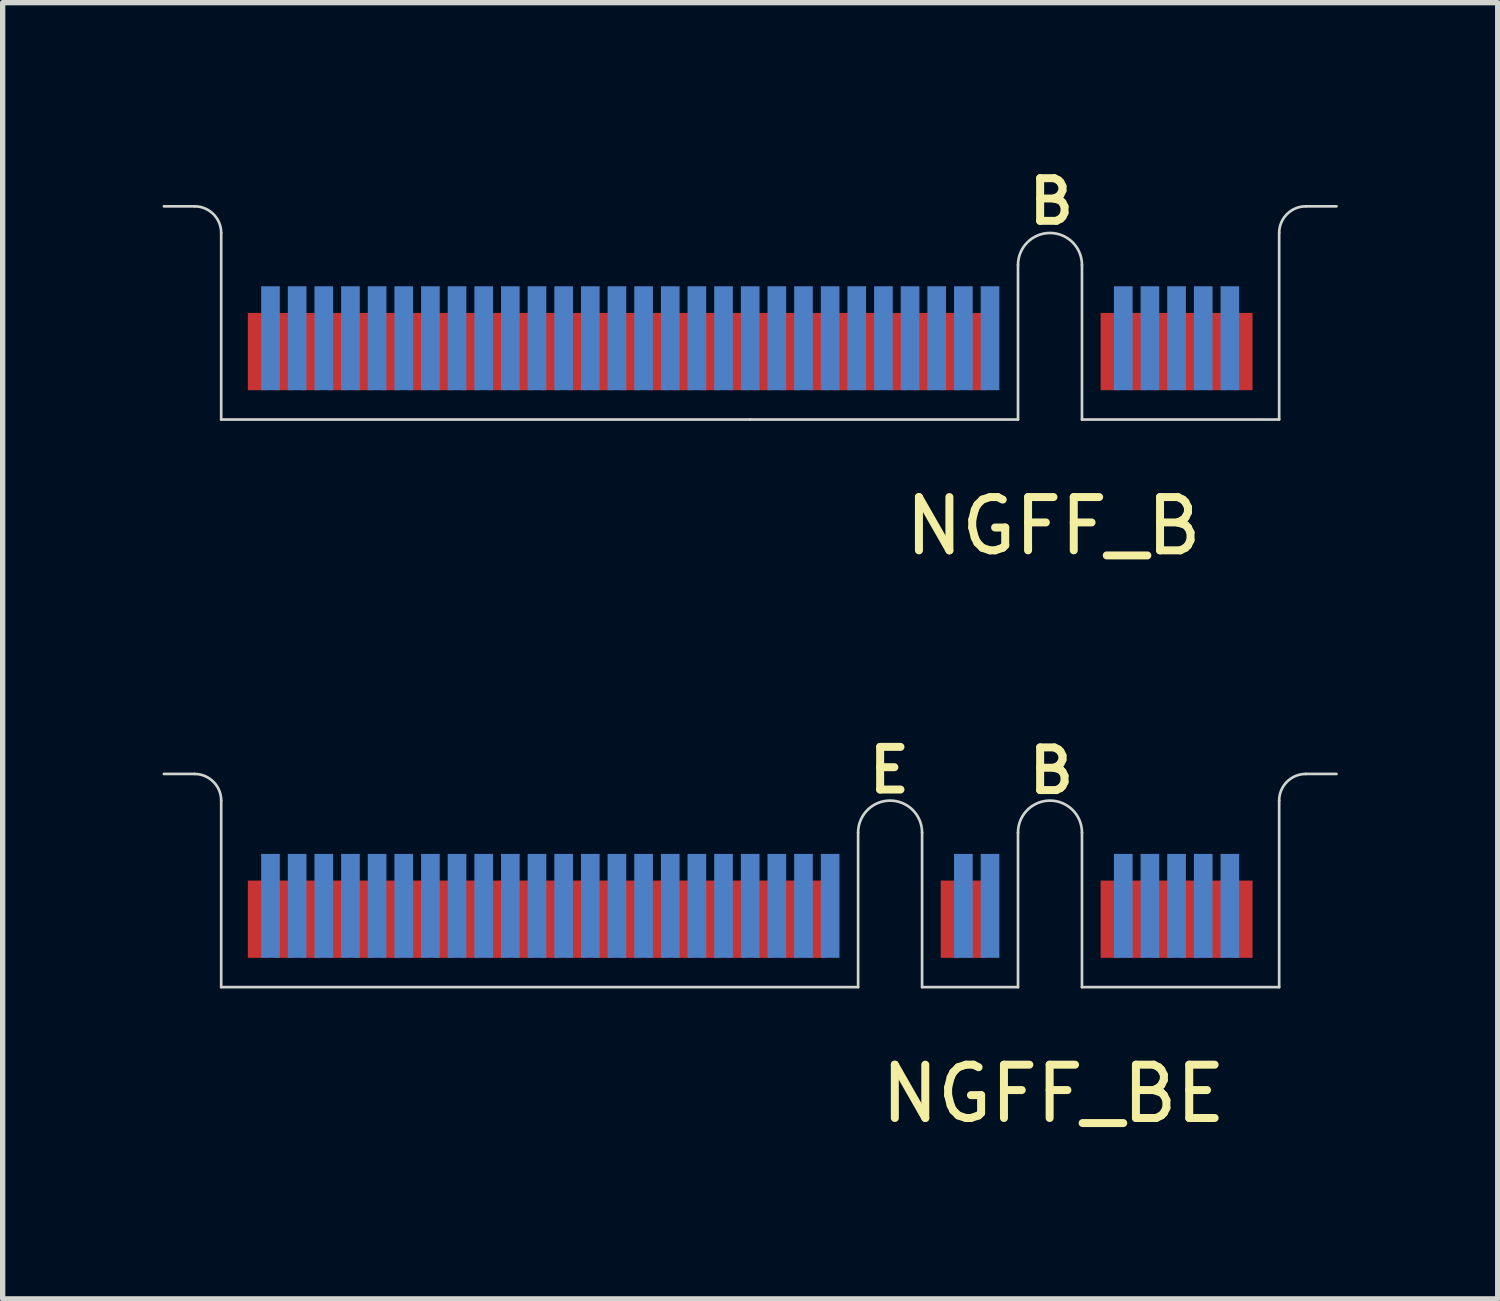
<source format=kicad_pcb>
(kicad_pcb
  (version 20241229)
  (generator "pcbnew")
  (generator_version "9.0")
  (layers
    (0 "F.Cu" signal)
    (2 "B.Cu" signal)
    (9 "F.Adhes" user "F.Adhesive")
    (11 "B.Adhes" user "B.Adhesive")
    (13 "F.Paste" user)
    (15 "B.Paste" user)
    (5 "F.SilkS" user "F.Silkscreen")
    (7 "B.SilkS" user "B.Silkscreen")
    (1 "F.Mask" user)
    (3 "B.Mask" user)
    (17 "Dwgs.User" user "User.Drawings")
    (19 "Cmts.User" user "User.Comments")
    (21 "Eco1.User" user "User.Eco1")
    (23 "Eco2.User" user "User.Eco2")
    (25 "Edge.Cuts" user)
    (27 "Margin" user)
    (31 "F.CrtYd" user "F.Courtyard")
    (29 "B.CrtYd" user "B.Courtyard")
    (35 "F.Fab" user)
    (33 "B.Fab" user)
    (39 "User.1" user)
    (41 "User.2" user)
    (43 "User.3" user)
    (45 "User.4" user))
  (footprint "NGFF_B"
    (layer "F.Cu")
    (at 11.025 4.821)
    (property "Reference" "NGFF_B" (at 5.69 2 0) (layer "F.SilkS") (effects (font (size 1 1) (thickness 0.15))))
    (attr through_hole)
    (fp_poly (pts (xy -9.925 0) (xy 5.025 0) (xy 5.025 -2) (xy -9.925 -2)) (stroke (width 0.1) (type solid)) (fill yes) (layer "F.Mask"))
    (fp_poly (pts (xy 6.225 0) (xy 9.925 0) (xy 9.925 -2) (xy 6.225 -2)) (stroke (width 0.1) (type solid)) (fill yes) (layer "F.Mask"))
    (fp_poly (pts (xy -9.925 0) (xy 5.025 0) (xy 5.025 -2.5) (xy -9.925 -2.5)) (stroke (width 0.1) (type solid)) (fill yes) (layer "B.Mask"))
    (fp_poly (pts (xy 6.225 0) (xy 9.925 0) (xy 9.925 -2.5) (xy 6.225 -2.5)) (stroke (width 0.1) (type solid)) (fill yes) (layer "B.Mask"))
    (fp_line (start -11 -4) (end -10.425 -4) (stroke (width 0.05) (type solid)) (layer "Edge.Cuts"))
    (fp_line (start -9.925 -3.5) (end -9.925 0) (stroke (width 0.05) (type solid)) (layer "Edge.Cuts"))
    (fp_line (start -9.925 0) (end 0 0) (stroke (width 0.05) (type solid)) (layer "Edge.Cuts"))
    (fp_line (start 0 0) (end 5.025 0) (stroke (width 0.05) (type solid)) (layer "Edge.Cuts"))
    (fp_line (start 5.025 0) (end 5.025 -2.9) (stroke (width 0.05) (type solid)) (layer "Edge.Cuts"))
    (fp_line (start 6.225 -2.9) (end 6.225 0) (stroke (width 0.05) (type solid)) (layer "Edge.Cuts"))
    (fp_line (start 6.225 0) (end 9.925 0) (stroke (width 0.05) (type solid)) (layer "Edge.Cuts"))
    (fp_line (start 9.925 0) (end 9.925 -3.5) (stroke (width 0.05) (type solid)) (layer "Edge.Cuts"))
    (fp_line (start 10.425 -4) (end 11 -4) (stroke (width 0.05) (type solid)) (layer "Edge.Cuts"))
    (fp_arc (start -10.425 -4) (mid -10.071447 -3.853553) (end -9.925 -3.5) (stroke (width 0.05) (type solid)) (layer "Edge.Cuts"))
    (fp_arc (start 5.025 -2.9) (mid 5.625 -3.5) (end 6.225 -2.9) (stroke (width 0.05) (type solid)) (layer "Edge.Cuts"))
    (fp_arc (start 9.925 -3.5) (mid 10.071447 -3.853553) (end 10.425 -4) (stroke (width 0.05) (type solid)) (layer "Edge.Cuts"))
    (fp_text user "B" (at 5.65 -4.09 0) (layer "F.SilkS") (effects (font (size 0.8 0.8) (thickness 0.15))))
    (pad "1" smd rect (at 9.25 -1.275) (size 0.35 1.45) (layers "F.Cu"))
    (pad "2" smd rect (at 9 -1.525) (size 0.35 1.95) (layers "B.Cu"))
    (pad "3" smd rect (at 8.75 -1.275) (size 0.35 1.45) (layers "F.Cu"))
    (pad "4" smd rect (at 8.5 -1.525) (size 0.35 1.95) (layers "B.Cu"))
    (pad "5" smd rect (at 8.25 -1.275) (size 0.35 1.45) (layers "F.Cu"))
    (pad "6" smd rect (at 8 -1.525) (size 0.35 1.95) (layers "B.Cu"))
    (pad "7" smd rect (at 7.75 -1.275) (size 0.35 1.45) (layers "F.Cu"))
    (pad "8" smd rect (at 7.5 -1.525) (size 0.35 1.95) (layers "B.Cu"))
    (pad "9" smd rect (at 7.25 -1.275) (size 0.35 1.45) (layers "F.Cu"))
    (pad "10" smd rect (at 7 -1.525) (size 0.35 1.95) (layers "B.Cu"))
    (pad "11" smd rect (at 6.75 -1.275) (size 0.35 1.45) (layers "F.Cu"))
    (pad "20" smd rect (at 4.5 -1.525) (size 0.35 1.95) (layers "B.Cu"))
    (pad "21" smd rect (at 4.25 -1.275) (size 0.35 1.45) (layers "F.Cu"))
    (pad "22" smd rect (at 4 -1.525) (size 0.35 1.95) (layers "B.Cu"))
    (pad "23" smd rect (at 3.75 -1.275) (size 0.35 1.45) (layers "F.Cu"))
    (pad "24" smd rect (at 3.5 -1.525) (size 0.35 1.95) (layers "B.Cu"))
    (pad "25" smd rect (at 3.25 -1.275) (size 0.35 1.45) (layers "F.Cu"))
    (pad "26" smd rect (at 3 -1.525) (size 0.35 1.95) (layers "B.Cu"))
    (pad "27" smd rect (at 2.75 -1.275) (size 0.35 1.45) (layers "F.Cu"))
    (pad "28" smd rect (at 2.5 -1.525) (size 0.35 1.95) (layers "B.Cu"))
    (pad "29" smd rect (at 2.25 -1.275) (size 0.35 1.45) (layers "F.Cu"))
    (pad "30" smd rect (at 2 -1.525) (size 0.35 1.95) (layers "B.Cu"))
    (pad "31" smd rect (at 1.75 -1.275) (size 0.35 1.45) (layers "F.Cu"))
    (pad "32" smd rect (at 1.5 -1.525) (size 0.35 1.95) (layers "B.Cu"))
    (pad "33" smd rect (at 1.25 -1.275) (size 0.35 1.45) (layers "F.Cu"))
    (pad "34" smd rect (at 1 -1.525) (size 0.35 1.95) (layers "B.Cu"))
    (pad "35" smd rect (at 0.75 -1.275) (size 0.35 1.45) (layers "F.Cu"))
    (pad "36" smd rect (at 0.5 -1.525) (size 0.35 1.95) (layers "B.Cu"))
    (pad "37" smd rect (at 0.25 -1.275) (size 0.35 1.45) (layers "F.Cu"))
    (pad "38" smd rect (at 0 -1.525) (size 0.35 1.95) (layers "B.Cu"))
    (pad "39" smd rect (at -0.25 -1.275) (size 0.35 1.45) (layers "F.Cu"))
    (pad "40" smd rect (at -0.5 -1.525) (size 0.35 1.95) (layers "B.Cu"))
    (pad "41" smd rect (at -0.75 -1.275) (size 0.35 1.45) (layers "F.Cu"))
    (pad "42" smd rect (at -1 -1.525) (size 0.35 1.95) (layers "B.Cu"))
    (pad "43" smd rect (at -1.25 -1.275) (size 0.35 1.45) (layers "F.Cu"))
    (pad "44" smd rect (at -1.5 -1.525) (size 0.35 1.95) (layers "B.Cu"))
    (pad "45" smd rect (at -1.75 -1.275) (size 0.35 1.45) (layers "F.Cu"))
    (pad "46" smd rect (at -2 -1.525) (size 0.35 1.95) (layers "B.Cu"))
    (pad "47" smd rect (at -2.25 -1.275) (size 0.35 1.45) (layers "F.Cu"))
    (pad "48" smd rect (at -2.5 -1.525) (size 0.35 1.95) (layers "B.Cu"))
    (pad "49" smd rect (at -2.75 -1.275) (size 0.35 1.45) (layers "F.Cu"))
    (pad "50" smd rect (at -3 -1.525) (size 0.35 1.95) (layers "B.Cu"))
    (pad "51" smd rect (at -3.25 -1.275) (size 0.35 1.45) (layers "F.Cu"))
    (pad "52" smd rect (at -3.5 -1.525) (size 0.35 1.95) (layers "B.Cu"))
    (pad "53" smd rect (at -3.75 -1.275) (size 0.35 1.45) (layers "F.Cu"))
    (pad "54" smd rect (at -4 -1.525) (size 0.35 1.95) (layers "B.Cu"))
    (pad "55" smd rect (at -4.25 -1.275) (size 0.35 1.45) (layers "F.Cu"))
    (pad "56" smd rect (at -4.5 -1.525) (size 0.35 1.95) (layers "B.Cu"))
    (pad "57" smd rect (at -4.75 -1.275) (size 0.35 1.45) (layers "F.Cu"))
    (pad "58" smd rect (at -5 -1.525) (size 0.35 1.95) (layers "B.Cu"))
    (pad "59" smd rect (at -5.25 -1.275) (size 0.35 1.45) (layers "F.Cu"))
    (pad "60" smd rect (at -5.5 -1.525) (size 0.35 1.95) (layers "B.Cu"))
    (pad "61" smd rect (at -5.75 -1.275) (size 0.35 1.45) (layers "F.Cu"))
    (pad "62" smd rect (at -6 -1.525) (size 0.35 1.95) (layers "B.Cu"))
    (pad "63" smd rect (at -6.25 -1.275) (size 0.35 1.45) (layers "F.Cu"))
    (pad "64" smd rect (at -6.5 -1.525) (size 0.35 1.95) (layers "B.Cu"))
    (pad "65" smd rect (at -6.75 -1.275) (size 0.35 1.45) (layers "F.Cu"))
    (pad "66" smd rect (at -7 -1.525) (size 0.35 1.95) (layers "B.Cu"))
    (pad "67" smd rect (at -7.25 -1.275) (size 0.35 1.45) (layers "F.Cu"))
    (pad "68" smd rect (at -7.5 -1.525) (size 0.35 1.95) (layers "B.Cu"))
    (pad "69" smd rect (at -7.75 -1.275) (size 0.35 1.45) (layers "F.Cu"))
    (pad "70" smd rect (at -8 -1.525) (size 0.35 1.95) (layers "B.Cu"))
    (pad "71" smd rect (at -8.25 -1.275) (size 0.35 1.45) (layers "F.Cu"))
    (pad "72" smd rect (at -8.5 -1.525) (size 0.35 1.95) (layers "B.Cu"))
    (pad "73" smd rect (at -8.75 -1.275) (size 0.35 1.45) (layers "F.Cu"))
    (pad "74" smd rect (at -9 -1.525) (size 0.35 1.95) (layers "B.Cu"))
    (pad "75" smd rect (at -9.25 -1.275) (size 0.35 1.45) (layers "F.Cu")))
  (footprint "NGFF_BE"
    (layer "F.Cu")
    (at 11.025 15.471)
    (property "Reference" "NGFF_BE" (at 5.69 2 0) (layer "F.SilkS") (effects (font (size 1 1) (thickness 0.15))))
    (attr through_hole)
    (fp_poly (pts (xy -9.925 0) (xy 1.995 0) (xy 1.995 -2) (xy -9.925 -2)) (stroke (width 0.1) (type solid)) (fill yes) (layer "F.Mask"))
    (fp_poly (pts (xy 3.215 -0.02) (xy 5.025 -0.02) (xy 5.025 -2.02) (xy 3.215 -2.02)) (stroke (width 0.1) (type solid)) (fill yes) (layer "F.Mask"))
    (fp_poly (pts (xy 6.225 0) (xy 9.895 0) (xy 9.895 -2) (xy 6.225 -2)) (stroke (width 0.1) (type solid)) (fill yes) (layer "F.Mask"))
    (fp_poly (pts (xy -9.925 0) (xy 1.965 0) (xy 1.965 -2.5) (xy -9.925 -2.5)) (stroke (width 0.1) (type solid)) (fill yes) (layer "B.Mask"))
    (fp_poly (pts (xy 3.24 -0.02) (xy 5.02 -0.02) (xy 5.02 -2.52) (xy 3.24 -2.52)) (stroke (width 0.1) (type solid)) (fill yes) (layer "B.Mask"))
    (fp_poly (pts (xy 6.225 0) (xy 9.895 0) (xy 9.895 -2.5) (xy 6.225 -2.5)) (stroke (width 0.1) (type solid)) (fill yes) (layer "B.Mask"))
    (fp_line (start -11 -4) (end -10.425 -4) (stroke (width 0.05) (type solid)) (layer "Edge.Cuts"))
    (fp_line (start -9.925 -3.5) (end -9.925 0) (stroke (width 0.05) (type solid)) (layer "Edge.Cuts"))
    (fp_line (start -9.925 0) (end 2.025 0) (stroke (width 0.05) (type solid)) (layer "Edge.Cuts"))
    (fp_line (start 2.025 0) (end 2.025 -2.9) (stroke (width 0.05) (type solid)) (layer "Edge.Cuts"))
    (fp_line (start 3.225 -2.9) (end 3.225 0) (stroke (width 0.05) (type solid)) (layer "Edge.Cuts"))
    (fp_line (start 3.225 0) (end 5.025 0) (stroke (width 0.05) (type solid)) (layer "Edge.Cuts"))
    (fp_line (start 5.025 0) (end 5.025 -2.9) (stroke (width 0.05) (type solid)) (layer "Edge.Cuts"))
    (fp_line (start 6.225 -2.9) (end 6.225 0) (stroke (width 0.05) (type solid)) (layer "Edge.Cuts"))
    (fp_line (start 6.225 0) (end 9.925 0) (stroke (width 0.05) (type solid)) (layer "Edge.Cuts"))
    (fp_line (start 9.925 0) (end 9.925 -3.5) (stroke (width 0.05) (type solid)) (layer "Edge.Cuts"))
    (fp_line (start 10.425 -4) (end 11 -4) (stroke (width 0.05) (type solid)) (layer "Edge.Cuts"))
    (fp_arc (start -10.425 -4) (mid -10.071447 -3.853553) (end -9.925 -3.5) (stroke (width 0.05) (type solid)) (layer "Edge.Cuts"))
    (fp_arc (start 2.025 -2.9) (mid 2.625 -3.5) (end 3.225 -2.9) (stroke (width 0.05) (type solid)) (layer "Edge.Cuts"))
    (fp_arc (start 5.025 -2.9) (mid 5.625 -3.5) (end 6.225 -2.9) (stroke (width 0.05) (type solid)) (layer "Edge.Cuts"))
    (fp_arc (start 9.925 -3.5) (mid 10.071447 -3.853553) (end 10.425 -4) (stroke (width 0.05) (type solid)) (layer "Edge.Cuts"))
    (fp_text user "B" (at 5.65 -4.06 0) (layer "F.SilkS") (effects (font (size 0.8 0.8) (thickness 0.15))))
    (fp_text user "E" (at 2.61 -4.07 0) (layer "F.SilkS") (effects (font (size 0.8 0.8) (thickness 0.15))))
    (pad "1" smd rect (at 9.25 -1.275) (size 0.35 1.45) (layers "F.Cu"))
    (pad "2" smd rect (at 9 -1.525) (size 0.35 1.95) (layers "B.Cu"))
    (pad "3" smd rect (at 8.75 -1.275) (size 0.35 1.45) (layers "F.Cu"))
    (pad "4" smd rect (at 8.5 -1.525) (size 0.35 1.95) (layers "B.Cu"))
    (pad "5" smd rect (at 8.25 -1.275) (size 0.35 1.45) (layers "F.Cu"))
    (pad "6" smd rect (at 8 -1.525) (size 0.35 1.95) (layers "B.Cu"))
    (pad "7" smd rect (at 7.75 -1.275) (size 0.35 1.45) (layers "F.Cu"))
    (pad "8" smd rect (at 7.5 -1.525) (size 0.35 1.95) (layers "B.Cu"))
    (pad "9" smd rect (at 7.25 -1.275) (size 0.35 1.45) (layers "F.Cu"))
    (pad "10" smd rect (at 7 -1.525) (size 0.35 1.95) (layers "B.Cu"))
    (pad "11" smd rect (at 6.75 -1.275) (size 0.35 1.45) (layers "F.Cu"))
    (pad "20" smd rect (at 4.5 -1.525) (size 0.35 1.95) (layers "B.Cu"))
    (pad "21" smd rect (at 4.25 -1.275) (size 0.35 1.45) (layers "F.Cu"))
    (pad "22" smd rect (at 4 -1.525) (size 0.35 1.95) (layers "B.Cu"))
    (pad "23" smd rect (at 3.75 -1.275) (size 0.35 1.45) (layers "F.Cu"))
    (pad "32" smd rect (at 1.5 -1.525) (size 0.35 1.95) (layers "B.Cu"))
    (pad "33" smd rect (at 1.25 -1.275) (size 0.35 1.45) (layers "F.Cu"))
    (pad "34" smd rect (at 1 -1.525) (size 0.35 1.95) (layers "B.Cu"))
    (pad "35" smd rect (at 0.75 -1.275) (size 0.35 1.45) (layers "F.Cu"))
    (pad "36" smd rect (at 0.5 -1.525) (size 0.35 1.95) (layers "B.Cu"))
    (pad "37" smd rect (at 0.25 -1.275) (size 0.35 1.45) (layers "F.Cu"))
    (pad "38" smd rect (at 0 -1.525) (size 0.35 1.95) (layers "B.Cu"))
    (pad "39" smd rect (at -0.25 -1.275) (size 0.35 1.45) (layers "F.Cu"))
    (pad "40" smd rect (at -0.5 -1.525) (size 0.35 1.95) (layers "B.Cu"))
    (pad "41" smd rect (at -0.75 -1.275) (size 0.35 1.45) (layers "F.Cu"))
    (pad "42" smd rect (at -1 -1.525) (size 0.35 1.95) (layers "B.Cu"))
    (pad "43" smd rect (at -1.25 -1.275) (size 0.35 1.45) (layers "F.Cu"))
    (pad "44" smd rect (at -1.5 -1.525) (size 0.35 1.95) (layers "B.Cu"))
    (pad "45" smd rect (at -1.75 -1.275) (size 0.35 1.45) (layers "F.Cu"))
    (pad "46" smd rect (at -2 -1.525) (size 0.35 1.95) (layers "B.Cu"))
    (pad "47" smd rect (at -2.25 -1.275) (size 0.35 1.45) (layers "F.Cu"))
    (pad "48" smd rect (at -2.5 -1.525) (size 0.35 1.95) (layers "B.Cu"))
    (pad "49" smd rect (at -2.75 -1.275) (size 0.35 1.45) (layers "F.Cu"))
    (pad "50" smd rect (at -3 -1.525) (size 0.35 1.95) (layers "B.Cu"))
    (pad "51" smd rect (at -3.25 -1.275) (size 0.35 1.45) (layers "F.Cu"))
    (pad "52" smd rect (at -3.5 -1.525) (size 0.35 1.95) (layers "B.Cu"))
    (pad "53" smd rect (at -3.75 -1.275) (size 0.35 1.45) (layers "F.Cu"))
    (pad "54" smd rect (at -4 -1.525) (size 0.35 1.95) (layers "B.Cu"))
    (pad "55" smd rect (at -4.25 -1.275) (size 0.35 1.45) (layers "F.Cu"))
    (pad "56" smd rect (at -4.5 -1.525) (size 0.35 1.95) (layers "B.Cu"))
    (pad "57" smd rect (at -4.75 -1.275) (size 0.35 1.45) (layers "F.Cu"))
    (pad "58" smd rect (at -5 -1.525) (size 0.35 1.95) (layers "B.Cu"))
    (pad "59" smd rect (at -5.25 -1.275) (size 0.35 1.45) (layers "F.Cu"))
    (pad "60" smd rect (at -5.5 -1.525) (size 0.35 1.95) (layers "B.Cu"))
    (pad "61" smd rect (at -5.75 -1.275) (size 0.35 1.45) (layers "F.Cu"))
    (pad "62" smd rect (at -6 -1.525) (size 0.35 1.95) (layers "B.Cu"))
    (pad "63" smd rect (at -6.25 -1.275) (size 0.35 1.45) (layers "F.Cu"))
    (pad "64" smd rect (at -6.5 -1.525) (size 0.35 1.95) (layers "B.Cu"))
    (pad "65" smd rect (at -6.75 -1.275) (size 0.35 1.45) (layers "F.Cu"))
    (pad "66" smd rect (at -7 -1.525) (size 0.35 1.95) (layers "B.Cu"))
    (pad "67" smd rect (at -7.25 -1.275) (size 0.35 1.45) (layers "F.Cu"))
    (pad "68" smd rect (at -7.5 -1.525) (size 0.35 1.95) (layers "B.Cu"))
    (pad "69" smd rect (at -7.75 -1.275) (size 0.35 1.45) (layers "F.Cu"))
    (pad "70" smd rect (at -8 -1.525) (size 0.35 1.95) (layers "B.Cu"))
    (pad "71" smd rect (at -8.25 -1.275) (size 0.35 1.45) (layers "F.Cu"))
    (pad "72" smd rect (at -8.5 -1.525) (size 0.35 1.95) (layers "B.Cu"))
    (pad "73" smd rect (at -8.75 -1.275) (size 0.35 1.45) (layers "F.Cu"))
    (pad "74" smd rect (at -9 -1.525) (size 0.35 1.95) (layers "B.Cu"))
    (pad "75" smd rect (at -9.25 -1.275) (size 0.35 1.45) (layers "F.Cu")))
  (gr_rect
    (start -3 -3)
    (end 25.05 21.319)
    (stroke (width 0.1) (type default))
    (fill no)
    (layer "Edge.Cuts")))
</source>
